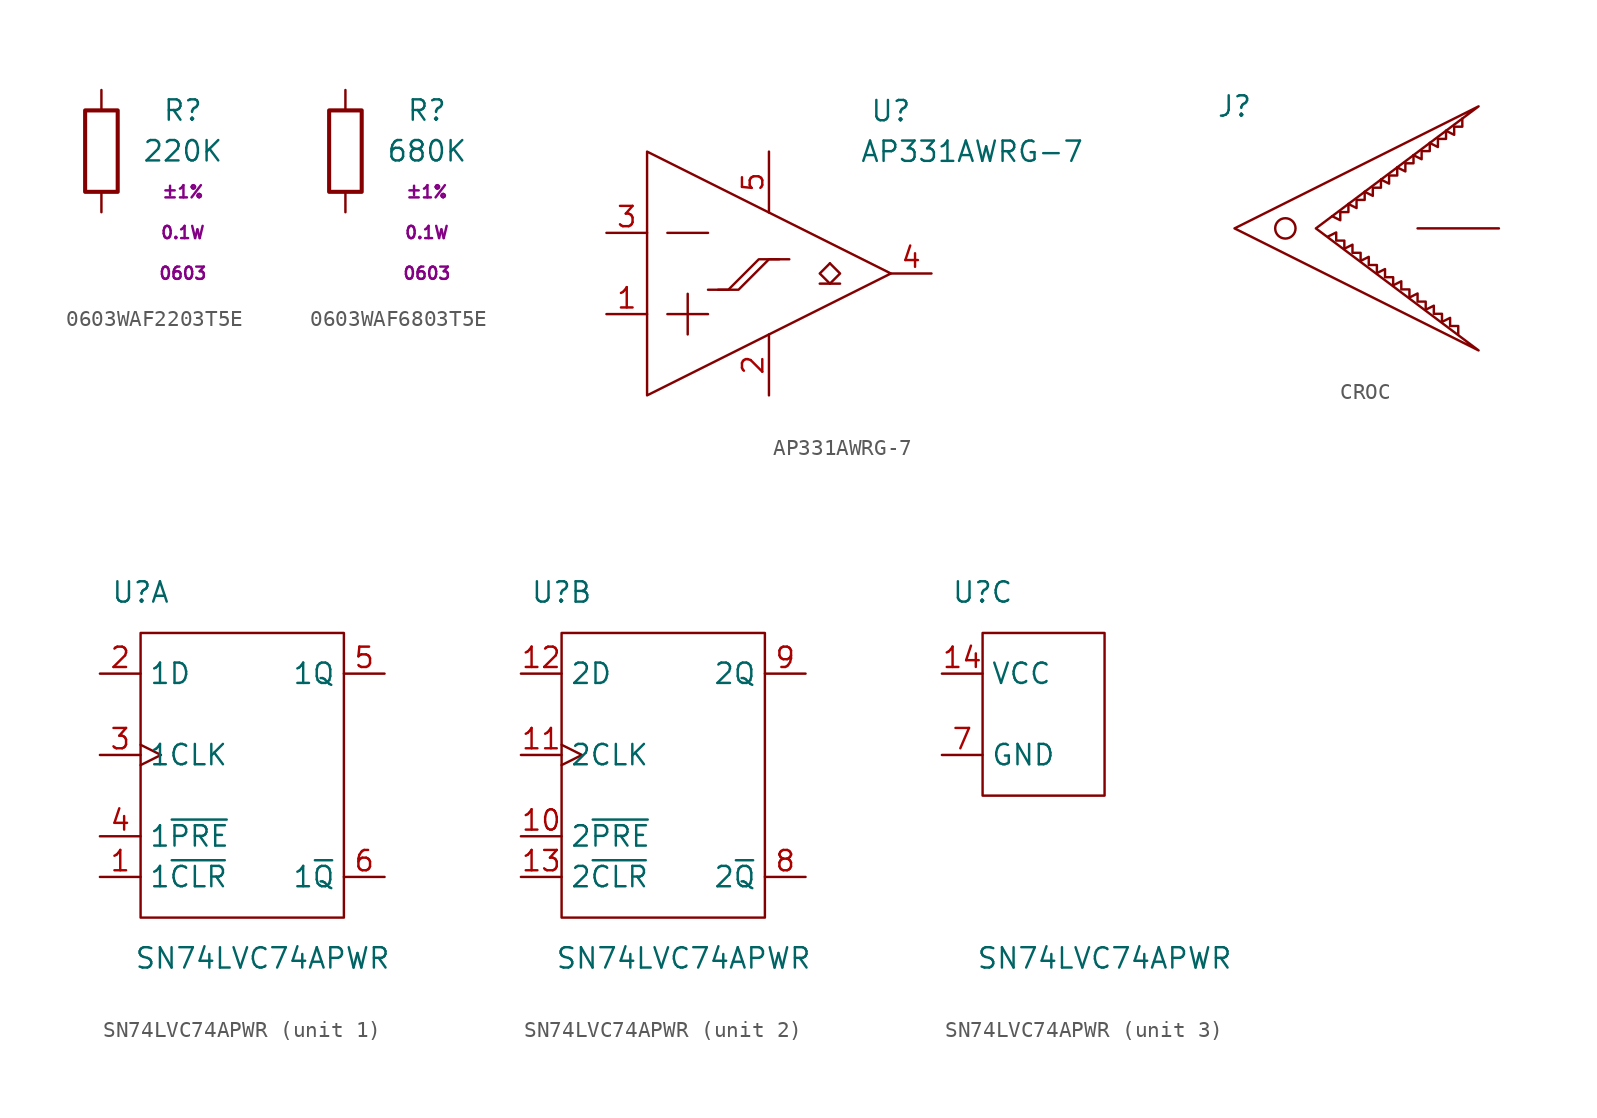
<source format=kicad_sym>
(kicad_symbol_lib
  (version 20220914)
  (generator kicad_symbol_editor)
  (symbol "0603WAF2203T5E"
    (pin_numbers hide)
    (pin_names
      (offset 0))
    (property "Reference" "R"
      (at 5.08 2.54 0)
      (effects (font (size 1.27 1.27))))
    (property "Value" "220K"
      (at 5.08 0 0)
      (effects (font (size 1.27 1.27))))
    (property "Tolerance" "±1%"
      (at 5.08 -2.54 0)
      (effects (font (size 0.762 0.762))))
    (property "Power" "0.1W"
      (at 5.08 -5.08 0)
      (effects (font (size 0.762 0.762))))
    (property "Package" "0603"
      (at 5.08 -7.62 0)
      (effects (font (size 0.762 0.762))))
    (symbol "0603WAF2203T5E_0_1"
      (rectangle (start -1.016 -2.54) (end 1.016 2.54) (stroke (width 0.254) (type default)) (fill (type none))))
    (symbol "0603WAF2203T5E_1_1"
      (pin passive line (at 0 3.81 270) (length 1.27) (name "~" (effects (font (size 1.27 1.27)))) (number "1" (effects (font (size 1.27 1.27)))))
      (pin passive line (at 0 -3.81 90) (length 1.27) (name "~" (effects (font (size 1.27 1.27)))) (number "2" (effects (font (size 1.27 1.27)))))))
  (symbol "0603WAF6803T5E"
    (pin_numbers hide)
    (pin_names
      (offset 0))
    (property "Reference" "R"
      (at 5.08 2.54 0)
      (effects (font (size 1.27 1.27))))
    (property "Value" "680K"
      (at 5.08 0 0)
      (effects (font (size 1.27 1.27))))
    (property "Tolerance" "±1%"
      (at 5.08 -2.54 0)
      (effects (font (size 0.762 0.762))))
    (property "Power" "0.1W"
      (at 5.08 -5.08 0)
      (effects (font (size 0.762 0.762))))
    (property "Package" "0603"
      (at 5.08 -7.62 0)
      (effects (font (size 0.762 0.762))))
    (symbol "0603WAF6803T5E_0_1"
      (rectangle (start -1.016 -2.54) (end 1.016 2.54) (stroke (width 0.254) (type default)) (fill (type none))))
    (symbol "0603WAF6803T5E_1_1"
      (pin passive line (at 0 3.81 270) (length 1.27) (name "~" (effects (font (size 1.27 1.27)))) (number "1" (effects (font (size 1.27 1.27)))))
      (pin passive line (at 0 -3.81 90) (length 1.27) (name "~" (effects (font (size 1.27 1.27)))) (number "2" (effects (font (size 1.27 1.27)))))))
  (symbol "AP331AWRG-7"
    (pin_names hide)
    (property "Reference" "U"
      (at 17.78 2.54 0)
      (effects (font (size 1.27 1.27))))
    (property "Value" "AP331AWRG-7"
      (at 22.86 0 0)
      (effects (font (size 1.27 1.27))))
    (symbol "AP331AWRG-7_0_1"
      (polyline (pts (xy 3.81 -10.16) (xy 6.35 -10.16)) (stroke (width 0) (type default)) (fill (type none)))
      (polyline (pts (xy 3.81 -5.08) (xy 6.35 -5.08)) (stroke (width 0) (type default)) (fill (type none)))
      (polyline (pts (xy 5.08 -8.89) (xy 5.08 -11.43)) (stroke (width 0) (type default)) (fill (type none)))
      (polyline (pts (xy 2.54 0) (xy 2.54 -15.24) (xy 17.78 -7.62) (xy 2.54 0)) (stroke (width 0) (type default)) (fill (type none))))
    (symbol "AP331AWRG-7_1_1"
      (polyline (pts (xy 13.335 -8.255) (xy 14.605 -8.255)) (stroke (width 0) (type default)) (fill (type none)))
      (polyline (pts (xy 13.97 -8.255) (xy 14.605 -7.62) (xy 13.97 -6.985)) (stroke (width 0) (type default)) (fill (type none)))
      (polyline (pts (xy 13.97 -6.985) (xy 13.335 -7.62) (xy 13.97 -8.255)) (stroke (width 0) (type default)) (fill (type none)))
      (polyline (pts (xy 6.35 -8.636) (xy 7.62 -8.636) (xy 9.525 -6.731) (xy 10.795 -6.731)) (stroke (width 0) (type default)) (fill (type none)))
      (polyline (pts (xy 6.985 -8.636) (xy 8.255 -8.636) (xy 10.16 -6.731) (xy 11.43 -6.731)) (stroke (width 0) (type default)) (fill (type none)))
      (pin input line (at 0 -10.16 0) (length 2.54) (name "IN+" (effects (font (size 1.27 1.27)))) (number "1" (effects (font (size 1.27 1.27)))))
      (pin power_in line (at 10.16 -15.24 90) (length 3.81) (name "GND" (effects (font (size 1.27 1.27)))) (number "2" (effects (font (size 1.27 1.27)))))
      (pin input line (at 0 -5.08 0) (length 2.54) (name "IN-" (effects (font (size 1.27 1.27)))) (number "3" (effects (font (size 1.27 1.27)))))
      (pin output line (at 20.32 -7.62 180) (length 2.54) (name "OUT" (effects (font (size 1.27 1.27)))) (number "4" (effects (font (size 1.27 1.27)))))
      (pin power_in line (at 10.16 0 270) (length 3.81) (name "VCC" (effects (font (size 1.27 1.27)))) (number "5" (effects (font (size 1.27 1.27)))))))
  (symbol "CROC"
    (pin_numbers hide)
    (property "Reference" "J"
      (at 0 0 0)
      (effects (font (size 1.27 1.27))))
    (property "Value" ""
      (at 0 0 0)
      (effects (font (size 1.27 1.27))))
    (symbol "CROC_0_1"
      (polyline (pts (xy 0 -7.62) (xy 15.24 0) (xy 5.08 -7.62) (xy 15.24 -15.24) (xy 0 -7.62)) (stroke (width 0) (type default)) (fill (type none)))
      (polyline (pts (xy 5.842 -8.128) (xy 6.35 -7.874) (xy 6.35 -8.382) (xy 6.858 -8.382) (xy 6.858 -8.89)) (stroke (width 0) (type default)) (fill (type none)))
      (polyline (pts (xy 6.096 -6.858) (xy 6.604 -7.112) (xy 6.604 -6.604) (xy 7.112 -6.604) (xy 7.112 -6.096)) (stroke (width 0) (type default)) (fill (type none)))
      (polyline (pts (xy 6.858 -8.89) (xy 7.366 -8.636) (xy 7.366 -9.144) (xy 7.874 -9.144) (xy 7.874 -9.652)) (stroke (width 0) (type default)) (fill (type none)))
      (polyline (pts (xy 7.112 -6.096) (xy 7.62 -6.35) (xy 7.62 -5.842) (xy 8.128 -5.842) (xy 8.128 -5.334)) (stroke (width 0) (type default)) (fill (type none)))
      (polyline (pts (xy 7.874 -9.652) (xy 8.382 -9.398) (xy 8.382 -9.906) (xy 8.89 -9.906) (xy 8.89 -10.414)) (stroke (width 0) (type default)) (fill (type none)))
      (polyline (pts (xy 8.128 -5.334) (xy 8.636 -5.588) (xy 8.636 -5.08) (xy 9.144 -5.08) (xy 9.144 -4.572)) (stroke (width 0) (type default)) (fill (type none)))
      (polyline (pts (xy 8.89 -10.414) (xy 9.398 -10.16) (xy 9.398 -10.668) (xy 9.906 -10.668) (xy 9.906 -11.176)) (stroke (width 0) (type default)) (fill (type none)))
      (polyline (pts (xy 9.144 -4.572) (xy 9.652 -4.826) (xy 9.652 -4.318) (xy 10.16 -4.318) (xy 10.16 -3.81)) (stroke (width 0) (type default)) (fill (type none)))
      (polyline (pts (xy 9.906 -11.176) (xy 10.414 -10.922) (xy 10.414 -11.43) (xy 10.922 -11.43) (xy 10.922 -11.938)) (stroke (width 0) (type default)) (fill (type none)))
      (polyline (pts (xy 10.16 -3.81) (xy 10.668 -4.064) (xy 10.668 -3.556) (xy 11.176 -3.556) (xy 11.176 -3.048)) (stroke (width 0) (type default)) (fill (type none)))
      (polyline (pts (xy 10.922 -11.938) (xy 11.43 -11.684) (xy 11.43 -12.192) (xy 11.938 -12.192) (xy 11.938 -12.7)) (stroke (width 0) (type default)) (fill (type none)))
      (polyline (pts (xy 11.176 -3.048) (xy 11.684 -3.302) (xy 11.684 -2.794) (xy 12.192 -2.794) (xy 12.192 -2.286)) (stroke (width 0) (type default)) (fill (type none)))
      (polyline (pts (xy 11.938 -12.7) (xy 12.446 -12.446) (xy 12.446 -12.954) (xy 12.954 -12.954) (xy 12.954 -13.462)) (stroke (width 0) (type default)) (fill (type none)))
      (polyline (pts (xy 12.192 -2.286) (xy 12.7 -2.54) (xy 12.7 -2.032) (xy 13.208 -2.032) (xy 13.208 -1.524)) (stroke (width 0) (type default)) (fill (type none)))
      (polyline (pts (xy 12.954 -13.462) (xy 13.462 -13.208) (xy 13.462 -13.716) (xy 13.97 -13.716) (xy 13.97 -14.224)) (stroke (width 0) (type default)) (fill (type none)))
      (polyline (pts (xy 13.208 -1.524) (xy 13.716 -1.778) (xy 13.716 -1.27) (xy 14.224 -1.27) (xy 14.224 -0.762)) (stroke (width 0) (type default)) (fill (type none)))
      (circle (center 3.175 -7.62) (radius 0.635) (stroke (width 0) (type default)) (fill (type none))))
    (symbol "CROC_1_1"
      (pin passive line (at 16.51 -7.62 180) (length 5.08) (name "" (effects (font (size 1.27 1.27)))) (number "1" (effects (font (size 1.27 1.27)))))))
  (symbol "SN74LVC74APWR"
    (property "Reference" "U"
      (at 2.54 2.54 0)
      (effects (font (size 1.27 1.27))))
    (property "Value" "SN74LVC74APWR"
      (at 10.16 -20.32 0)
      (effects (font (size 1.27 1.27))))
    (property "ki_locked" ""
      (at 0 0 0)
      (effects (font (size 1.27 1.27))))
    (symbol "SN74LVC74APWR_1_1"
      (rectangle (start 2.54 0) (end 15.24 -17.78) (stroke (width 0) (type default)) (fill (type none)))
      (pin input line (at 0 -15.24 0) (length 2.54) (name "1~{CLR}" (effects (font (size 1.27 1.27)))) (number "1" (effects (font (size 1.27 1.27)))))
      (pin input line (at 0 -2.54 0) (length 2.54) (name "1D" (effects (font (size 1.27 1.27)))) (number "2" (effects (font (size 1.27 1.27)))))
      (pin input clock (at 0 -7.62 0) (length 2.54) (name "1CLK" (effects (font (size 1.27 1.27)))) (number "3" (effects (font (size 1.27 1.27)))))
      (pin input line (at 0 -12.7 0) (length 2.54) (name "1~{PRE}" (effects (font (size 1.27 1.27)))) (number "4" (effects (font (size 1.27 1.27)))))
      (pin output line (at 17.78 -2.54 180) (length 2.54) (name "1Q" (effects (font (size 1.27 1.27)))) (number "5" (effects (font (size 1.27 1.27)))))
      (pin output line (at 17.78 -15.24 180) (length 2.54) (name "1~{Q}" (effects (font (size 1.27 1.27)))) (number "6" (effects (font (size 1.27 1.27))))))
    (symbol "SN74LVC74APWR_2_1"
      (rectangle (start 2.54 0) (end 15.24 -17.78) (stroke (width 0) (type default)) (fill (type none)))
      (pin input line (at 0 -12.7 0) (length 2.54) (name "2~{PRE}" (effects (font (size 1.27 1.27)))) (number "10" (effects (font (size 1.27 1.27)))))
      (pin input clock (at 0 -7.62 0) (length 2.54) (name "2CLK" (effects (font (size 1.27 1.27)))) (number "11" (effects (font (size 1.27 1.27)))))
      (pin input line (at 0 -2.54 0) (length 2.54) (name "2D" (effects (font (size 1.27 1.27)))) (number "12" (effects (font (size 1.27 1.27)))))
      (pin input line (at 0 -15.24 0) (length 2.54) (name "2~{CLR}" (effects (font (size 1.27 1.27)))) (number "13" (effects (font (size 1.27 1.27)))))
      (pin output line (at 17.78 -15.24 180) (length 2.54) (name "2~{Q}" (effects (font (size 1.27 1.27)))) (number "8" (effects (font (size 1.27 1.27)))))
      (pin output line (at 17.78 -2.54 180) (length 2.54) (name "2Q" (effects (font (size 1.27 1.27)))) (number "9" (effects (font (size 1.27 1.27))))))
    (symbol "SN74LVC74APWR_3_1"
      (rectangle (start 2.54 0) (end 10.16 -10.16) (stroke (width 0) (type default)) (fill (type none)))
      (pin power_in line (at 0 -2.54 0) (length 2.54) (name "VCC" (effects (font (size 1.27 1.27)))) (number "14" (effects (font (size 1.27 1.27)))))
      (pin power_in line (at 0 -7.62 0) (length 2.54) (name "GND" (effects (font (size 1.27 1.27)))) (number "7" (effects (font (size 1.27 1.27))))))))
</source>
